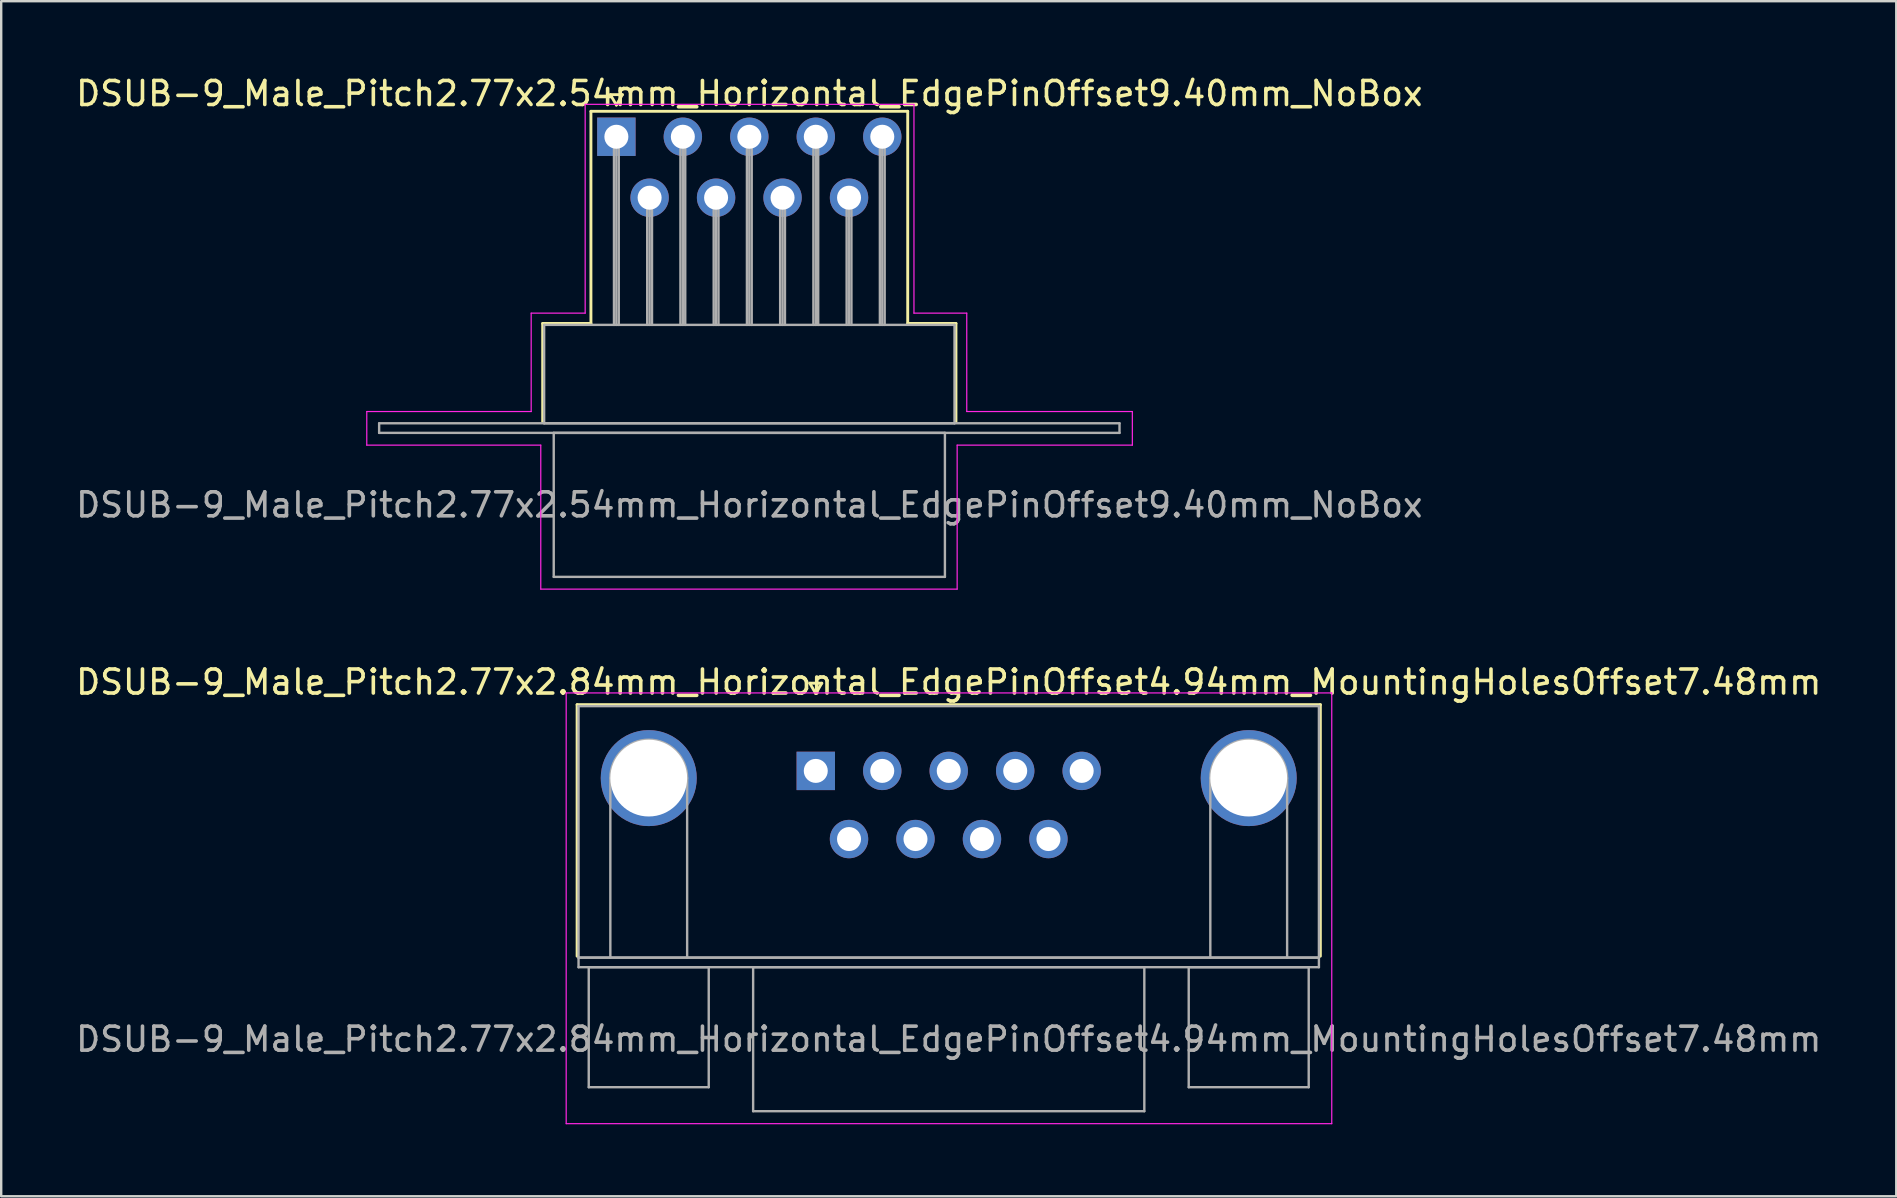
<source format=kicad_pcb>
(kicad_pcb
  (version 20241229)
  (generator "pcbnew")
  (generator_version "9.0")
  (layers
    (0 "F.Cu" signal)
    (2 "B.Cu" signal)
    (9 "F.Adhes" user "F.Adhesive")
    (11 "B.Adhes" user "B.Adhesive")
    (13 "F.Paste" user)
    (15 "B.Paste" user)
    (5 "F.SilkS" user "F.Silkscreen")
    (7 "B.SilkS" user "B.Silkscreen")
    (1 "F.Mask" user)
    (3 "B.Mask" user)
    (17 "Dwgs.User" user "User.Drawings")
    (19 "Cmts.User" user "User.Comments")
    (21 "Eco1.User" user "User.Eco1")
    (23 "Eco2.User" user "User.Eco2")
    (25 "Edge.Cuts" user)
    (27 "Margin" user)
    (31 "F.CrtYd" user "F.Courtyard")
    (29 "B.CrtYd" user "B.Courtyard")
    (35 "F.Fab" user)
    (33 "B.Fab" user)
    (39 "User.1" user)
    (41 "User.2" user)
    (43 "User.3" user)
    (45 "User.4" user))
  (footprint "DSUB-9_Male_Pitch2.77x2.84mm_Horizontal_EdgePinOffset4.94mm_MountingHolesOffset7.48mm"
    (layer "F.Cu")
    (at 30.942 29.072)
    (property "Reference" "DSUB-9_Male_Pitch2.77x2.84mm_Horizontal_EdgePinOffset4.94mm_MountingHolesOffset7.48mm" (at 5.54 -3.7 0) (layer "F.SilkS") (effects (font (size 1 1) (thickness 0.15))))
    (attr through_hole)
    (fp_line (start -9.945 -2.76) (end 21.025 -2.76) (stroke (width 0.12) (type solid)) (layer "F.SilkS"))
    (fp_line (start -9.945 7.72) (end -9.945 -2.76) (stroke (width 0.12) (type solid)) (layer "F.SilkS"))
    (fp_line (start -0.25 -3.654) (end 0.25 -3.654) (stroke (width 0.12) (type solid)) (layer "F.SilkS"))
    (fp_line (start 0 -3.221) (end -0.25 -3.654) (stroke (width 0.12) (type solid)) (layer "F.SilkS"))
    (fp_line (start 0.25 -3.654) (end 0 -3.221) (stroke (width 0.12) (type solid)) (layer "F.SilkS"))
    (fp_line (start 21.025 -2.76) (end 21.025 7.72) (stroke (width 0.12) (type solid)) (layer "F.SilkS"))
    (fp_line (start -10.4 -3.25) (end -10.4 14.7) (stroke (width 0.05) (type solid)) (layer "F.CrtYd"))
    (fp_line (start -10.4 14.7) (end 21.5 14.7) (stroke (width 0.05) (type solid)) (layer "F.CrtYd"))
    (fp_line (start 21.5 -3.25) (end -10.4 -3.25) (stroke (width 0.05) (type solid)) (layer "F.CrtYd"))
    (fp_line (start 21.5 14.7) (end 21.5 -3.25) (stroke (width 0.05) (type solid)) (layer "F.CrtYd"))
    (fp_line (start -9.885 -2.7) (end -9.885 7.78) (stroke (width 0.1) (type solid)) (layer "F.Fab"))
    (fp_line (start -9.885 7.78) (end -9.885 8.18) (stroke (width 0.1) (type solid)) (layer "F.Fab"))
    (fp_line (start -9.885 7.78) (end 20.965 7.78) (stroke (width 0.1) (type solid)) (layer "F.Fab"))
    (fp_line (start -9.885 8.18) (end 20.965 8.18) (stroke (width 0.1) (type solid)) (layer "F.Fab"))
    (fp_line (start -9.46 8.18) (end -9.46 13.18) (stroke (width 0.1) (type solid)) (layer "F.Fab"))
    (fp_line (start -9.46 13.18) (end -4.46 13.18) (stroke (width 0.1) (type solid)) (layer "F.Fab"))
    (fp_line (start -8.56 7.78) (end -8.56 0.3) (stroke (width 0.1) (type solid)) (layer "F.Fab"))
    (fp_line (start -5.36 7.78) (end -5.36 0.3) (stroke (width 0.1) (type solid)) (layer "F.Fab"))
    (fp_line (start -4.46 8.18) (end -9.46 8.18) (stroke (width 0.1) (type solid)) (layer "F.Fab"))
    (fp_line (start -4.46 13.18) (end -4.46 8.18) (stroke (width 0.1) (type solid)) (layer "F.Fab"))
    (fp_line (start -2.61 8.18) (end -2.61 14.18) (stroke (width 0.1) (type solid)) (layer "F.Fab"))
    (fp_line (start -2.61 14.18) (end 13.69 14.18) (stroke (width 0.1) (type solid)) (layer "F.Fab"))
    (fp_line (start 13.69 8.18) (end -2.61 8.18) (stroke (width 0.1) (type solid)) (layer "F.Fab"))
    (fp_line (start 13.69 14.18) (end 13.69 8.18) (stroke (width 0.1) (type solid)) (layer "F.Fab"))
    (fp_line (start 15.54 8.18) (end 15.54 13.18) (stroke (width 0.1) (type solid)) (layer "F.Fab"))
    (fp_line (start 15.54 13.18) (end 20.54 13.18) (stroke (width 0.1) (type solid)) (layer "F.Fab"))
    (fp_line (start 16.44 7.78) (end 16.44 0.3) (stroke (width 0.1) (type solid)) (layer "F.Fab"))
    (fp_line (start 19.64 7.78) (end 19.64 0.3) (stroke (width 0.1) (type solid)) (layer "F.Fab"))
    (fp_line (start 20.54 8.18) (end 15.54 8.18) (stroke (width 0.1) (type solid)) (layer "F.Fab"))
    (fp_line (start 20.54 13.18) (end 20.54 8.18) (stroke (width 0.1) (type solid)) (layer "F.Fab"))
    (fp_line (start 20.965 -2.7) (end -9.885 -2.7) (stroke (width 0.1) (type solid)) (layer "F.Fab"))
    (fp_line (start 20.965 7.78) (end -9.885 7.78) (stroke (width 0.1) (type solid)) (layer "F.Fab"))
    (fp_line (start 20.965 7.78) (end 20.965 -2.7) (stroke (width 0.1) (type solid)) (layer "F.Fab"))
    (fp_line (start 20.965 8.18) (end 20.965 7.78) (stroke (width 0.1) (type solid)) (layer "F.Fab"))
    (fp_arc (start -8.56 0.3) (mid -6.96 -1.3) (end -5.36 0.3) (stroke (width 0.1) (type solid)) (layer "F.Fab"))
    (fp_arc (start 16.44 0.3) (mid 18.04 -1.3) (end 19.64 0.3) (stroke (width 0.1) (type solid)) (layer "F.Fab"))
    (fp_text user "${REFERENCE}" (at 5.54 11.18 0) (layer "F.Fab") (effects (font (size 1 1) (thickness 0.15))))
    (pad "0" thru_hole circle (at -6.96 0.3) (size 4 4) (drill 3.2) (layers "*.Cu" "*.Mask"))
    (pad "0" thru_hole circle (at 18.04 0.3) (size 4 4) (drill 3.2) (layers "*.Cu" "*.Mask"))
    (pad "1" thru_hole rect (at 0 0) (size 1.6 1.6) (drill 1) (layers "*.Cu" "*.Mask"))
    (pad "2" thru_hole circle (at 2.77 0) (size 1.6 1.6) (drill 1) (layers "*.Cu" "*.Mask"))
    (pad "3" thru_hole circle (at 5.54 0) (size 1.6 1.6) (drill 1) (layers "*.Cu" "*.Mask"))
    (pad "4" thru_hole circle (at 8.31 0) (size 1.6 1.6) (drill 1) (layers "*.Cu" "*.Mask"))
    (pad "5" thru_hole circle (at 11.08 0) (size 1.6 1.6) (drill 1) (layers "*.Cu" "*.Mask"))
    (pad "6" thru_hole circle (at 1.385 2.84) (size 1.6 1.6) (drill 1) (layers "*.Cu" "*.Mask"))
    (pad "7" thru_hole circle (at 4.155 2.84) (size 1.6 1.6) (drill 1) (layers "*.Cu" "*.Mask"))
    (pad "8" thru_hole circle (at 6.925 2.84) (size 1.6 1.6) (drill 1) (layers "*.Cu" "*.Mask"))
    (pad "9" thru_hole circle (at 9.695 2.84) (size 1.6 1.6) (drill 1) (layers "*.Cu" "*.Mask")))
  (footprint "DSUB-9_Male_Pitch2.77x2.54mm_Horizontal_EdgePinOffset9.40mm_NoBox"
    (layer "F.Cu")
    (at 22.633 2.648)
    (property "Reference" "DSUB-9_Male_Pitch2.77x2.54mm_Horizontal_EdgePinOffset9.40mm_NoBox" (at 5.54 -1.8 0) (layer "F.SilkS") (effects (font (size 1 1) (thickness 0.15))))
    (attr through_hole)
    (fp_line (start -3.07 7.78) (end -1.06 7.78) (stroke (width 0.12) (type solid)) (layer "F.SilkS"))
    (fp_line (start -3.07 11.88) (end -3.07 7.78) (stroke (width 0.12) (type solid)) (layer "F.SilkS"))
    (fp_line (start -1.06 -1.06) (end 12.14 -1.06) (stroke (width 0.12) (type solid)) (layer "F.SilkS"))
    (fp_line (start -1.06 7.78) (end -1.06 -1.06) (stroke (width 0.12) (type solid)) (layer "F.SilkS"))
    (fp_line (start -0.25 -1.754) (end 0.25 -1.754) (stroke (width 0.12) (type solid)) (layer "F.SilkS"))
    (fp_line (start 0 -1.321) (end -0.25 -1.754) (stroke (width 0.12) (type solid)) (layer "F.SilkS"))
    (fp_line (start 0.25 -1.754) (end 0 -1.321) (stroke (width 0.12) (type solid)) (layer "F.SilkS"))
    (fp_line (start 12.14 -1.06) (end 12.14 7.78) (stroke (width 0.12) (type solid)) (layer "F.SilkS"))
    (fp_line (start 12.14 7.78) (end 14.15 7.78) (stroke (width 0.12) (type solid)) (layer "F.SilkS"))
    (fp_line (start 14.15 7.78) (end 14.15 11.88) (stroke (width 0.12) (type solid)) (layer "F.SilkS"))
    (fp_line (start -10.4 11.45) (end -3.55 11.45) (stroke (width 0.05) (type solid)) (layer "F.CrtYd"))
    (fp_line (start -10.4 12.85) (end -10.4 11.45) (stroke (width 0.05) (type solid)) (layer "F.CrtYd"))
    (fp_line (start -3.55 7.35) (end -1.3 7.35) (stroke (width 0.05) (type solid)) (layer "F.CrtYd"))
    (fp_line (start -3.55 11.45) (end -3.55 7.35) (stroke (width 0.05) (type solid)) (layer "F.CrtYd"))
    (fp_line (start -3.15 12.85) (end -10.4 12.85) (stroke (width 0.05) (type solid)) (layer "F.CrtYd"))
    (fp_line (start -3.15 18.85) (end -3.15 12.85) (stroke (width 0.05) (type solid)) (layer "F.CrtYd"))
    (fp_line (start -1.3 -1.35) (end 12.4 -1.35) (stroke (width 0.05) (type solid)) (layer "F.CrtYd"))
    (fp_line (start -1.3 7.35) (end -1.3 -1.35) (stroke (width 0.05) (type solid)) (layer "F.CrtYd"))
    (fp_line (start 12.4 -1.35) (end 12.4 7.35) (stroke (width 0.05) (type solid)) (layer "F.CrtYd"))
    (fp_line (start 12.4 7.35) (end 14.6 7.35) (stroke (width 0.05) (type solid)) (layer "F.CrtYd"))
    (fp_line (start 14.2 12.85) (end 14.2 18.85) (stroke (width 0.05) (type solid)) (layer "F.CrtYd"))
    (fp_line (start 14.2 18.85) (end -3.15 18.85) (stroke (width 0.05) (type solid)) (layer "F.CrtYd"))
    (fp_line (start 14.6 7.35) (end 14.6 11.45) (stroke (width 0.05) (type solid)) (layer "F.CrtYd"))
    (fp_line (start 14.6 11.45) (end 21.5 11.45) (stroke (width 0.05) (type solid)) (layer "F.CrtYd"))
    (fp_line (start 21.5 11.45) (end 21.5 12.85) (stroke (width 0.05) (type solid)) (layer "F.CrtYd"))
    (fp_line (start 21.5 12.85) (end 14.2 12.85) (stroke (width 0.05) (type solid)) (layer "F.CrtYd"))
    (fp_line (start -9.885 11.94) (end -9.885 12.34) (stroke (width 0.1) (type solid)) (layer "F.Fab"))
    (fp_line (start -9.885 12.34) (end 20.965 12.34) (stroke (width 0.1) (type solid)) (layer "F.Fab"))
    (fp_line (start -3.01 7.84) (end -3.01 11.94) (stroke (width 0.1) (type solid)) (layer "F.Fab"))
    (fp_line (start -3.01 11.94) (end 14.09 11.94) (stroke (width 0.1) (type solid)) (layer "F.Fab"))
    (fp_line (start -2.61 12.34) (end -2.61 18.34) (stroke (width 0.1) (type solid)) (layer "F.Fab"))
    (fp_line (start -2.61 18.34) (end 13.69 18.34) (stroke (width 0.1) (type solid)) (layer "F.Fab"))
    (fp_line (start -0.1 0) (end -0.1 7.84) (stroke (width 0.1) (type solid)) (layer "F.Fab"))
    (fp_line (start 0 0) (end 0 7.84) (stroke (width 0.1) (type solid)) (layer "F.Fab"))
    (fp_line (start 0.1 0) (end 0.1 7.84) (stroke (width 0.1) (type solid)) (layer "F.Fab"))
    (fp_line (start 1.285 2.54) (end 1.285 7.84) (stroke (width 0.1) (type solid)) (layer "F.Fab"))
    (fp_line (start 1.385 2.54) (end 1.385 7.84) (stroke (width 0.1) (type solid)) (layer "F.Fab"))
    (fp_line (start 1.485 2.54) (end 1.485 7.84) (stroke (width 0.1) (type solid)) (layer "F.Fab"))
    (fp_line (start 2.67 0) (end 2.67 7.84) (stroke (width 0.1) (type solid)) (layer "F.Fab"))
    (fp_line (start 2.77 0) (end 2.77 7.84) (stroke (width 0.1) (type solid)) (layer "F.Fab"))
    (fp_line (start 2.87 0) (end 2.87 7.84) (stroke (width 0.1) (type solid)) (layer "F.Fab"))
    (fp_line (start 4.055 2.54) (end 4.055 7.84) (stroke (width 0.1) (type solid)) (layer "F.Fab"))
    (fp_line (start 4.155 2.54) (end 4.155 7.84) (stroke (width 0.1) (type solid)) (layer "F.Fab"))
    (fp_line (start 4.255 2.54) (end 4.255 7.84) (stroke (width 0.1) (type solid)) (layer "F.Fab"))
    (fp_line (start 5.44 0) (end 5.44 7.84) (stroke (width 0.1) (type solid)) (layer "F.Fab"))
    (fp_line (start 5.54 0) (end 5.54 7.84) (stroke (width 0.1) (type solid)) (layer "F.Fab"))
    (fp_line (start 5.64 0) (end 5.64 7.84) (stroke (width 0.1) (type solid)) (layer "F.Fab"))
    (fp_line (start 6.825 2.54) (end 6.825 7.84) (stroke (width 0.1) (type solid)) (layer "F.Fab"))
    (fp_line (start 6.925 2.54) (end 6.925 7.84) (stroke (width 0.1) (type solid)) (layer "F.Fab"))
    (fp_line (start 7.025 2.54) (end 7.025 7.84) (stroke (width 0.1) (type solid)) (layer "F.Fab"))
    (fp_line (start 8.21 0) (end 8.21 7.84) (stroke (width 0.1) (type solid)) (layer "F.Fab"))
    (fp_line (start 8.31 0) (end 8.31 7.84) (stroke (width 0.1) (type solid)) (layer "F.Fab"))
    (fp_line (start 8.41 0) (end 8.41 7.84) (stroke (width 0.1) (type solid)) (layer "F.Fab"))
    (fp_line (start 9.595 2.54) (end 9.595 7.84) (stroke (width 0.1) (type solid)) (layer "F.Fab"))
    (fp_line (start 9.695 2.54) (end 9.695 7.84) (stroke (width 0.1) (type solid)) (layer "F.Fab"))
    (fp_line (start 9.795 2.54) (end 9.795 7.84) (stroke (width 0.1) (type solid)) (layer "F.Fab"))
    (fp_line (start 10.98 0) (end 10.98 7.84) (stroke (width 0.1) (type solid)) (layer "F.Fab"))
    (fp_line (start 11.08 0) (end 11.08 7.84) (stroke (width 0.1) (type solid)) (layer "F.Fab"))
    (fp_line (start 11.18 0) (end 11.18 7.84) (stroke (width 0.1) (type solid)) (layer "F.Fab"))
    (fp_line (start 13.69 12.34) (end -2.61 12.34) (stroke (width 0.1) (type solid)) (layer "F.Fab"))
    (fp_line (start 13.69 18.34) (end 13.69 12.34) (stroke (width 0.1) (type solid)) (layer "F.Fab"))
    (fp_line (start 14.09 7.84) (end -3.01 7.84) (stroke (width 0.1) (type solid)) (layer "F.Fab"))
    (fp_line (start 14.09 11.94) (end 14.09 7.84) (stroke (width 0.1) (type solid)) (layer "F.Fab"))
    (fp_line (start 20.965 11.94) (end -9.885 11.94) (stroke (width 0.1) (type solid)) (layer "F.Fab"))
    (fp_line (start 20.965 12.34) (end 20.965 11.94) (stroke (width 0.1) (type solid)) (layer "F.Fab"))
    (fp_text user "${REFERENCE}" (at 5.54 15.34 0) (layer "F.Fab") (effects (font (size 1 1) (thickness 0.15))))
    (pad "1" thru_hole rect (at 0 0) (size 1.6 1.6) (drill 1) (layers "*.Cu" "*.Mask"))
    (pad "2" thru_hole circle (at 2.77 0) (size 1.6 1.6) (drill 1) (layers "*.Cu" "*.Mask"))
    (pad "3" thru_hole circle (at 5.54 0) (size 1.6 1.6) (drill 1) (layers "*.Cu" "*.Mask"))
    (pad "4" thru_hole circle (at 8.31 0) (size 1.6 1.6) (drill 1) (layers "*.Cu" "*.Mask"))
    (pad "5" thru_hole circle (at 11.08 0) (size 1.6 1.6) (drill 1) (layers "*.Cu" "*.Mask"))
    (pad "6" thru_hole circle (at 1.385 2.54) (size 1.6 1.6) (drill 1) (layers "*.Cu" "*.Mask"))
    (pad "7" thru_hole circle (at 4.155 2.54) (size 1.6 1.6) (drill 1) (layers "*.Cu" "*.Mask"))
    (pad "8" thru_hole circle (at 6.925 2.54) (size 1.6 1.6) (drill 1) (layers "*.Cu" "*.Mask"))
    (pad "9" thru_hole circle (at 9.695 2.54) (size 1.6 1.6) (drill 1) (layers "*.Cu" "*.Mask")))
  (gr_rect
    (start -3 -3)
    (end 75.964 46.797)
    (stroke (width 0.1) (type default))
    (fill no)
    (layer "Edge.Cuts")))
</source>
